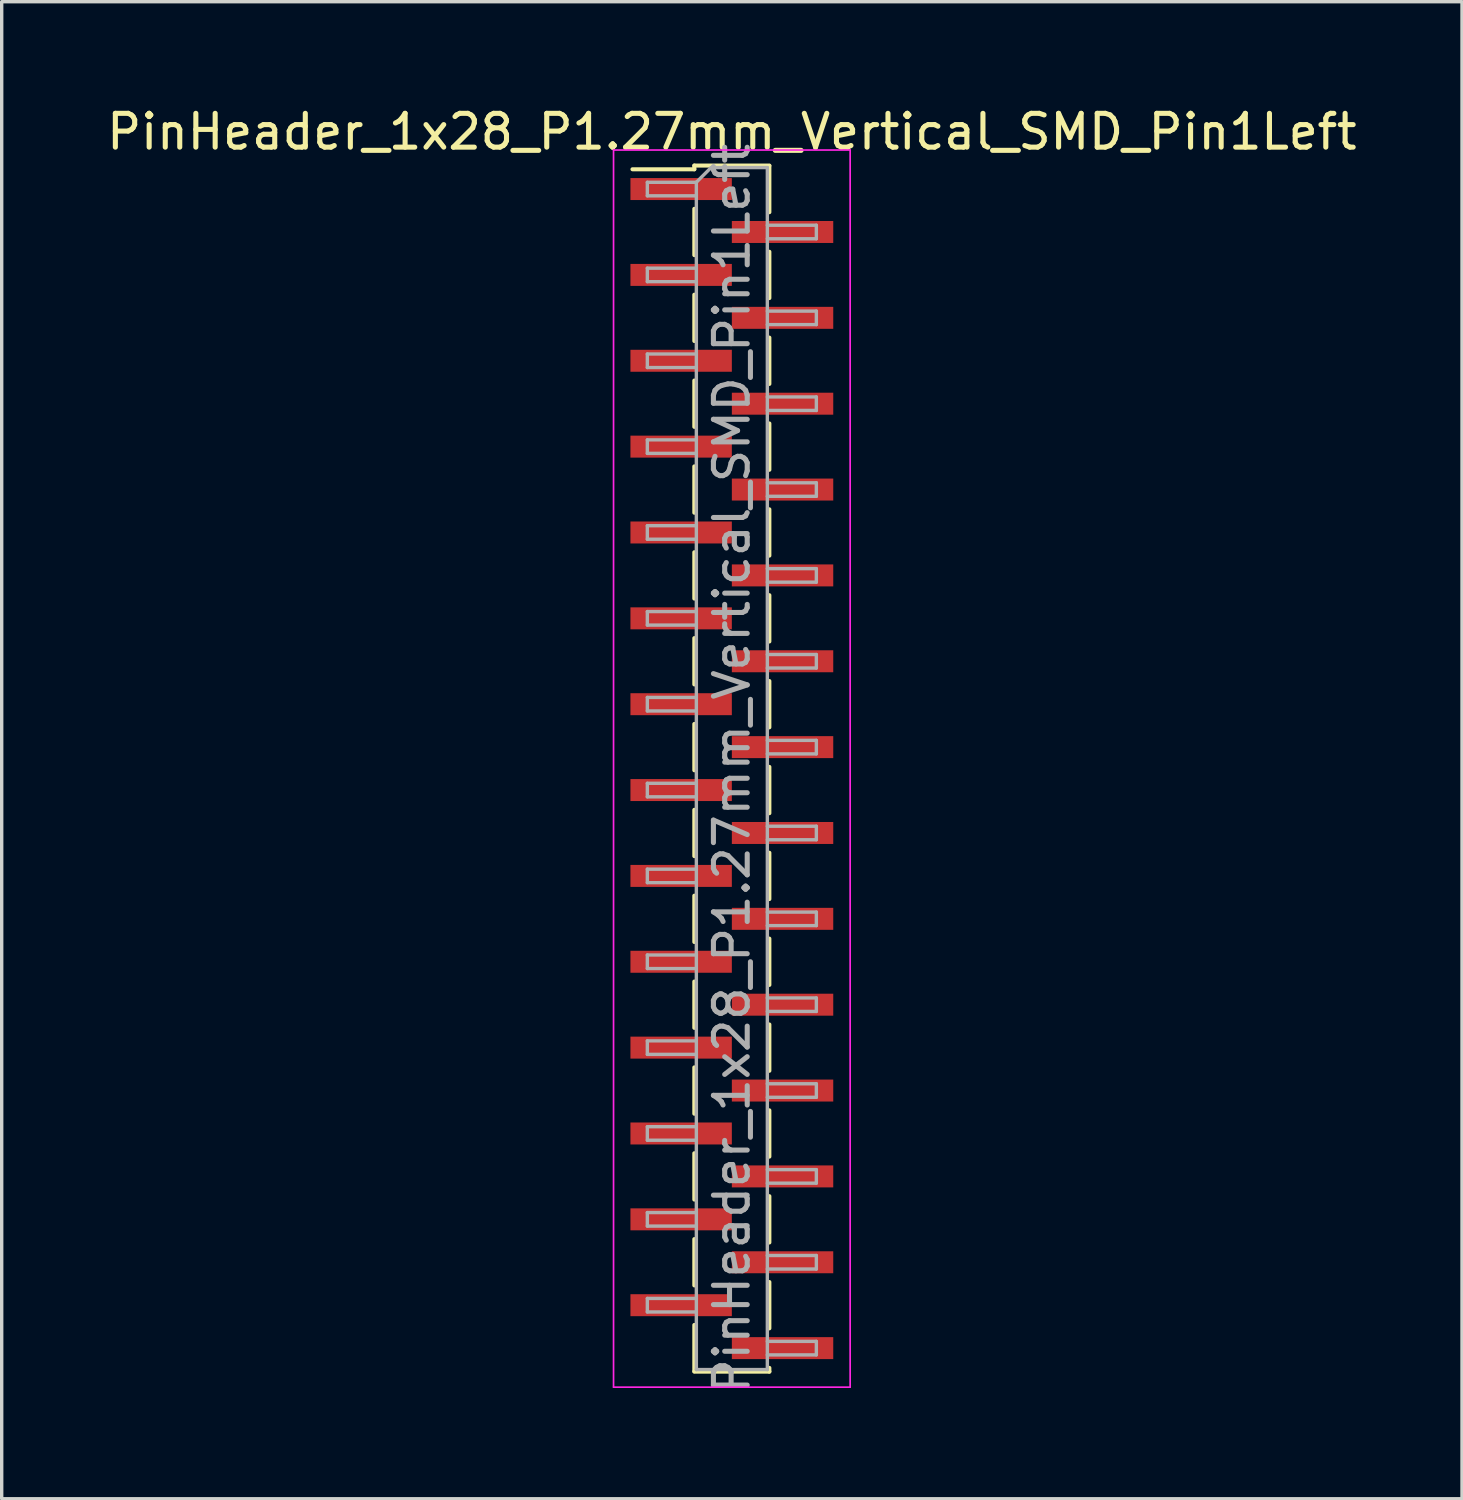
<source format=kicad_pcb>
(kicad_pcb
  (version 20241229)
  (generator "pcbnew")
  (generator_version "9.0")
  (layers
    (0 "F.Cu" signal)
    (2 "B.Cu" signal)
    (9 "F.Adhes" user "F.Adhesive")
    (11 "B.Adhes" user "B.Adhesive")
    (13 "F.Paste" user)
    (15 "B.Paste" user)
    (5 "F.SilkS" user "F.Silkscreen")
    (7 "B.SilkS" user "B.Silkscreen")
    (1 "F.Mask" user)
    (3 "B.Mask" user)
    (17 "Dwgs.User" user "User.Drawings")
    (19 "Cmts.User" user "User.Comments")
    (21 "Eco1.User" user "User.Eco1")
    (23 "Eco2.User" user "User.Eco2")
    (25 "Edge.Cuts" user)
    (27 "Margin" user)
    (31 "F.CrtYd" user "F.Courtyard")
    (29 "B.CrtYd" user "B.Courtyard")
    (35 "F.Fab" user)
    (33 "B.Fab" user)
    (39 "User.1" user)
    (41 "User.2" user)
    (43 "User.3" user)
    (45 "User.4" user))
  (footprint "PinHeader_1x28_P1.27mm_Vertical_SMD_Pin1Left"
    (layer "F.Cu")
    (at 18.601 19.688)
    (property "Reference" "PinHeader_1x28_P1.27mm_Vertical_SMD_Pin1Left" (at 0 -18.84 0) (layer "F.SilkS") (effects (font (size 1 1) (thickness 0.15))))
    (attr smd)
    (fp_line (start -1.11 -17.84) (end -1.11 -17.73) (stroke (width 0.12) (type solid)) (layer "F.SilkS"))
    (fp_line (start -1.11 -17.84) (end 1.11 -17.84) (stroke (width 0.12) (type solid)) (layer "F.SilkS"))
    (fp_line (start -1.11 -17.73) (end -2.94 -17.73) (stroke (width 0.12) (type solid)) (layer "F.SilkS"))
    (fp_line (start -1.11 -16.56) (end -1.11 -15.19) (stroke (width 0.12) (type solid)) (layer "F.SilkS"))
    (fp_line (start -1.11 -14.02) (end -1.11 -12.65) (stroke (width 0.12) (type solid)) (layer "F.SilkS"))
    (fp_line (start -1.11 -11.48) (end -1.11 -10.11) (stroke (width 0.12) (type solid)) (layer "F.SilkS"))
    (fp_line (start -1.11 -8.94) (end -1.11 -7.57) (stroke (width 0.12) (type solid)) (layer "F.SilkS"))
    (fp_line (start -1.11 -6.4) (end -1.11 -5.03) (stroke (width 0.12) (type solid)) (layer "F.SilkS"))
    (fp_line (start -1.11 -3.86) (end -1.11 -2.49) (stroke (width 0.12) (type solid)) (layer "F.SilkS"))
    (fp_line (start -1.11 -1.32) (end -1.11 0.05) (stroke (width 0.12) (type solid)) (layer "F.SilkS"))
    (fp_line (start -1.11 1.22) (end -1.11 2.59) (stroke (width 0.12) (type solid)) (layer "F.SilkS"))
    (fp_line (start -1.11 3.76) (end -1.11 5.13) (stroke (width 0.12) (type solid)) (layer "F.SilkS"))
    (fp_line (start -1.11 6.3) (end -1.11 7.67) (stroke (width 0.12) (type solid)) (layer "F.SilkS"))
    (fp_line (start -1.11 8.84) (end -1.11 10.21) (stroke (width 0.12) (type solid)) (layer "F.SilkS"))
    (fp_line (start -1.11 11.38) (end -1.11 12.75) (stroke (width 0.12) (type solid)) (layer "F.SilkS"))
    (fp_line (start -1.11 13.92) (end -1.11 15.29) (stroke (width 0.12) (type solid)) (layer "F.SilkS"))
    (fp_line (start -1.11 16.46) (end -1.11 17.83) (stroke (width 0.12) (type solid)) (layer "F.SilkS"))
    (fp_line (start -1.11 17.84) (end 1.11 17.84) (stroke (width 0.12) (type solid)) (layer "F.SilkS"))
    (fp_line (start 1.11 -17.83) (end 1.11 -16.46) (stroke (width 0.12) (type solid)) (layer "F.SilkS"))
    (fp_line (start 1.11 -15.29) (end 1.11 -13.92) (stroke (width 0.12) (type solid)) (layer "F.SilkS"))
    (fp_line (start 1.11 -12.75) (end 1.11 -11.38) (stroke (width 0.12) (type solid)) (layer "F.SilkS"))
    (fp_line (start 1.11 -10.21) (end 1.11 -8.84) (stroke (width 0.12) (type solid)) (layer "F.SilkS"))
    (fp_line (start 1.11 -7.67) (end 1.11 -6.3) (stroke (width 0.12) (type solid)) (layer "F.SilkS"))
    (fp_line (start 1.11 -5.13) (end 1.11 -3.76) (stroke (width 0.12) (type solid)) (layer "F.SilkS"))
    (fp_line (start 1.11 -2.59) (end 1.11 -1.22) (stroke (width 0.12) (type solid)) (layer "F.SilkS"))
    (fp_line (start 1.11 -0.05) (end 1.11 1.32) (stroke (width 0.12) (type solid)) (layer "F.SilkS"))
    (fp_line (start 1.11 2.49) (end 1.11 3.86) (stroke (width 0.12) (type solid)) (layer "F.SilkS"))
    (fp_line (start 1.11 5.03) (end 1.11 6.4) (stroke (width 0.12) (type solid)) (layer "F.SilkS"))
    (fp_line (start 1.11 7.57) (end 1.11 8.94) (stroke (width 0.12) (type solid)) (layer "F.SilkS"))
    (fp_line (start 1.11 10.11) (end 1.11 11.48) (stroke (width 0.12) (type solid)) (layer "F.SilkS"))
    (fp_line (start 1.11 12.65) (end 1.11 14.02) (stroke (width 0.12) (type solid)) (layer "F.SilkS"))
    (fp_line (start 1.11 15.19) (end 1.11 16.56) (stroke (width 0.12) (type solid)) (layer "F.SilkS"))
    (fp_line (start 1.11 17.73) (end 1.11 17.84) (stroke (width 0.12) (type solid)) (layer "F.SilkS"))
    (fp_line (start -3.5 -18.3) (end -3.5 18.3) (stroke (width 0.05) (type solid)) (layer "F.CrtYd"))
    (fp_line (start -3.5 18.3) (end 3.5 18.3) (stroke (width 0.05) (type solid)) (layer "F.CrtYd"))
    (fp_line (start 3.5 -18.3) (end -3.5 -18.3) (stroke (width 0.05) (type solid)) (layer "F.CrtYd"))
    (fp_line (start 3.5 18.3) (end 3.5 -18.3) (stroke (width 0.05) (type solid)) (layer "F.CrtYd"))
    (fp_line (start -2.5 -17.345) (end -2.5 -16.945) (stroke (width 0.1) (type solid)) (layer "F.Fab"))
    (fp_line (start -2.5 -16.945) (end -1.05 -16.945) (stroke (width 0.1) (type solid)) (layer "F.Fab"))
    (fp_line (start -2.5 -14.805) (end -2.5 -14.405) (stroke (width 0.1) (type solid)) (layer "F.Fab"))
    (fp_line (start -2.5 -14.405) (end -1.05 -14.405) (stroke (width 0.1) (type solid)) (layer "F.Fab"))
    (fp_line (start -2.5 -12.265) (end -2.5 -11.865) (stroke (width 0.1) (type solid)) (layer "F.Fab"))
    (fp_line (start -2.5 -11.865) (end -1.05 -11.865) (stroke (width 0.1) (type solid)) (layer "F.Fab"))
    (fp_line (start -2.5 -9.725) (end -2.5 -9.325) (stroke (width 0.1) (type solid)) (layer "F.Fab"))
    (fp_line (start -2.5 -9.325) (end -1.05 -9.325) (stroke (width 0.1) (type solid)) (layer "F.Fab"))
    (fp_line (start -2.5 -7.185) (end -2.5 -6.785) (stroke (width 0.1) (type solid)) (layer "F.Fab"))
    (fp_line (start -2.5 -6.785) (end -1.05 -6.785) (stroke (width 0.1) (type solid)) (layer "F.Fab"))
    (fp_line (start -2.5 -4.645) (end -2.5 -4.245) (stroke (width 0.1) (type solid)) (layer "F.Fab"))
    (fp_line (start -2.5 -4.245) (end -1.05 -4.245) (stroke (width 0.1) (type solid)) (layer "F.Fab"))
    (fp_line (start -2.5 -2.105) (end -2.5 -1.705) (stroke (width 0.1) (type solid)) (layer "F.Fab"))
    (fp_line (start -2.5 -1.705) (end -1.05 -1.705) (stroke (width 0.1) (type solid)) (layer "F.Fab"))
    (fp_line (start -2.5 0.435) (end -2.5 0.835) (stroke (width 0.1) (type solid)) (layer "F.Fab"))
    (fp_line (start -2.5 0.835) (end -1.05 0.835) (stroke (width 0.1) (type solid)) (layer "F.Fab"))
    (fp_line (start -2.5 2.975) (end -2.5 3.375) (stroke (width 0.1) (type solid)) (layer "F.Fab"))
    (fp_line (start -2.5 3.375) (end -1.05 3.375) (stroke (width 0.1) (type solid)) (layer "F.Fab"))
    (fp_line (start -2.5 5.515) (end -2.5 5.915) (stroke (width 0.1) (type solid)) (layer "F.Fab"))
    (fp_line (start -2.5 5.915) (end -1.05 5.915) (stroke (width 0.1) (type solid)) (layer "F.Fab"))
    (fp_line (start -2.5 8.055) (end -2.5 8.455) (stroke (width 0.1) (type solid)) (layer "F.Fab"))
    (fp_line (start -2.5 8.455) (end -1.05 8.455) (stroke (width 0.1) (type solid)) (layer "F.Fab"))
    (fp_line (start -2.5 10.595) (end -2.5 10.995) (stroke (width 0.1) (type solid)) (layer "F.Fab"))
    (fp_line (start -2.5 10.995) (end -1.05 10.995) (stroke (width 0.1) (type solid)) (layer "F.Fab"))
    (fp_line (start -2.5 13.135) (end -2.5 13.535) (stroke (width 0.1) (type solid)) (layer "F.Fab"))
    (fp_line (start -2.5 13.535) (end -1.05 13.535) (stroke (width 0.1) (type solid)) (layer "F.Fab"))
    (fp_line (start -2.5 15.675) (end -2.5 16.075) (stroke (width 0.1) (type solid)) (layer "F.Fab"))
    (fp_line (start -2.5 16.075) (end -1.05 16.075) (stroke (width 0.1) (type solid)) (layer "F.Fab"))
    (fp_line (start -1.05 -17.345) (end -2.5 -17.345) (stroke (width 0.1) (type solid)) (layer "F.Fab"))
    (fp_line (start -1.05 -17.345) (end -0.615 -17.78) (stroke (width 0.1) (type solid)) (layer "F.Fab"))
    (fp_line (start -1.05 -14.805) (end -2.5 -14.805) (stroke (width 0.1) (type solid)) (layer "F.Fab"))
    (fp_line (start -1.05 -12.265) (end -2.5 -12.265) (stroke (width 0.1) (type solid)) (layer "F.Fab"))
    (fp_line (start -1.05 -9.725) (end -2.5 -9.725) (stroke (width 0.1) (type solid)) (layer "F.Fab"))
    (fp_line (start -1.05 -7.185) (end -2.5 -7.185) (stroke (width 0.1) (type solid)) (layer "F.Fab"))
    (fp_line (start -1.05 -4.645) (end -2.5 -4.645) (stroke (width 0.1) (type solid)) (layer "F.Fab"))
    (fp_line (start -1.05 -2.105) (end -2.5 -2.105) (stroke (width 0.1) (type solid)) (layer "F.Fab"))
    (fp_line (start -1.05 0.435) (end -2.5 0.435) (stroke (width 0.1) (type solid)) (layer "F.Fab"))
    (fp_line (start -1.05 2.975) (end -2.5 2.975) (stroke (width 0.1) (type solid)) (layer "F.Fab"))
    (fp_line (start -1.05 5.515) (end -2.5 5.515) (stroke (width 0.1) (type solid)) (layer "F.Fab"))
    (fp_line (start -1.05 8.055) (end -2.5 8.055) (stroke (width 0.1) (type solid)) (layer "F.Fab"))
    (fp_line (start -1.05 10.595) (end -2.5 10.595) (stroke (width 0.1) (type solid)) (layer "F.Fab"))
    (fp_line (start -1.05 13.135) (end -2.5 13.135) (stroke (width 0.1) (type solid)) (layer "F.Fab"))
    (fp_line (start -1.05 15.675) (end -2.5 15.675) (stroke (width 0.1) (type solid)) (layer "F.Fab"))
    (fp_line (start -1.05 17.78) (end -1.05 -17.345) (stroke (width 0.1) (type solid)) (layer "F.Fab"))
    (fp_line (start -0.615 -17.78) (end 1.05 -17.78) (stroke (width 0.1) (type solid)) (layer "F.Fab"))
    (fp_line (start 1.05 -17.78) (end 1.05 17.78) (stroke (width 0.1) (type solid)) (layer "F.Fab"))
    (fp_line (start 1.05 -16.075) (end 2.5 -16.075) (stroke (width 0.1) (type solid)) (layer "F.Fab"))
    (fp_line (start 1.05 -13.535) (end 2.5 -13.535) (stroke (width 0.1) (type solid)) (layer "F.Fab"))
    (fp_line (start 1.05 -10.995) (end 2.5 -10.995) (stroke (width 0.1) (type solid)) (layer "F.Fab"))
    (fp_line (start 1.05 -8.455) (end 2.5 -8.455) (stroke (width 0.1) (type solid)) (layer "F.Fab"))
    (fp_line (start 1.05 -5.915) (end 2.5 -5.915) (stroke (width 0.1) (type solid)) (layer "F.Fab"))
    (fp_line (start 1.05 -3.375) (end 2.5 -3.375) (stroke (width 0.1) (type solid)) (layer "F.Fab"))
    (fp_line (start 1.05 -0.835) (end 2.5 -0.835) (stroke (width 0.1) (type solid)) (layer "F.Fab"))
    (fp_line (start 1.05 1.705) (end 2.5 1.705) (stroke (width 0.1) (type solid)) (layer "F.Fab"))
    (fp_line (start 1.05 4.245) (end 2.5 4.245) (stroke (width 0.1) (type solid)) (layer "F.Fab"))
    (fp_line (start 1.05 6.785) (end 2.5 6.785) (stroke (width 0.1) (type solid)) (layer "F.Fab"))
    (fp_line (start 1.05 9.325) (end 2.5 9.325) (stroke (width 0.1) (type solid)) (layer "F.Fab"))
    (fp_line (start 1.05 11.865) (end 2.5 11.865) (stroke (width 0.1) (type solid)) (layer "F.Fab"))
    (fp_line (start 1.05 14.405) (end 2.5 14.405) (stroke (width 0.1) (type solid)) (layer "F.Fab"))
    (fp_line (start 1.05 16.945) (end 2.5 16.945) (stroke (width 0.1) (type solid)) (layer "F.Fab"))
    (fp_line (start 1.05 17.78) (end -1.05 17.78) (stroke (width 0.1) (type solid)) (layer "F.Fab"))
    (fp_line (start 2.5 -16.075) (end 2.5 -15.675) (stroke (width 0.1) (type solid)) (layer "F.Fab"))
    (fp_line (start 2.5 -15.675) (end 1.05 -15.675) (stroke (width 0.1) (type solid)) (layer "F.Fab"))
    (fp_line (start 2.5 -13.535) (end 2.5 -13.135) (stroke (width 0.1) (type solid)) (layer "F.Fab"))
    (fp_line (start 2.5 -13.135) (end 1.05 -13.135) (stroke (width 0.1) (type solid)) (layer "F.Fab"))
    (fp_line (start 2.5 -10.995) (end 2.5 -10.595) (stroke (width 0.1) (type solid)) (layer "F.Fab"))
    (fp_line (start 2.5 -10.595) (end 1.05 -10.595) (stroke (width 0.1) (type solid)) (layer "F.Fab"))
    (fp_line (start 2.5 -8.455) (end 2.5 -8.055) (stroke (width 0.1) (type solid)) (layer "F.Fab"))
    (fp_line (start 2.5 -8.055) (end 1.05 -8.055) (stroke (width 0.1) (type solid)) (layer "F.Fab"))
    (fp_line (start 2.5 -5.915) (end 2.5 -5.515) (stroke (width 0.1) (type solid)) (layer "F.Fab"))
    (fp_line (start 2.5 -5.515) (end 1.05 -5.515) (stroke (width 0.1) (type solid)) (layer "F.Fab"))
    (fp_line (start 2.5 -3.375) (end 2.5 -2.975) (stroke (width 0.1) (type solid)) (layer "F.Fab"))
    (fp_line (start 2.5 -2.975) (end 1.05 -2.975) (stroke (width 0.1) (type solid)) (layer "F.Fab"))
    (fp_line (start 2.5 -0.835) (end 2.5 -0.435) (stroke (width 0.1) (type solid)) (layer "F.Fab"))
    (fp_line (start 2.5 -0.435) (end 1.05 -0.435) (stroke (width 0.1) (type solid)) (layer "F.Fab"))
    (fp_line (start 2.5 1.705) (end 2.5 2.105) (stroke (width 0.1) (type solid)) (layer "F.Fab"))
    (fp_line (start 2.5 2.105) (end 1.05 2.105) (stroke (width 0.1) (type solid)) (layer "F.Fab"))
    (fp_line (start 2.5 4.245) (end 2.5 4.645) (stroke (width 0.1) (type solid)) (layer "F.Fab"))
    (fp_line (start 2.5 4.645) (end 1.05 4.645) (stroke (width 0.1) (type solid)) (layer "F.Fab"))
    (fp_line (start 2.5 6.785) (end 2.5 7.185) (stroke (width 0.1) (type solid)) (layer "F.Fab"))
    (fp_line (start 2.5 7.185) (end 1.05 7.185) (stroke (width 0.1) (type solid)) (layer "F.Fab"))
    (fp_line (start 2.5 9.325) (end 2.5 9.725) (stroke (width 0.1) (type solid)) (layer "F.Fab"))
    (fp_line (start 2.5 9.725) (end 1.05 9.725) (stroke (width 0.1) (type solid)) (layer "F.Fab"))
    (fp_line (start 2.5 11.865) (end 2.5 12.265) (stroke (width 0.1) (type solid)) (layer "F.Fab"))
    (fp_line (start 2.5 12.265) (end 1.05 12.265) (stroke (width 0.1) (type solid)) (layer "F.Fab"))
    (fp_line (start 2.5 14.405) (end 2.5 14.805) (stroke (width 0.1) (type solid)) (layer "F.Fab"))
    (fp_line (start 2.5 14.805) (end 1.05 14.805) (stroke (width 0.1) (type solid)) (layer "F.Fab"))
    (fp_line (start 2.5 16.945) (end 2.5 17.345) (stroke (width 0.1) (type solid)) (layer "F.Fab"))
    (fp_line (start 2.5 17.345) (end 1.05 17.345) (stroke (width 0.1) (type solid)) (layer "F.Fab"))
    (fp_text user "${REFERENCE}" (at 0 0 90) (layer "F.Fab") (effects (font (size 1 1) (thickness 0.15))))
    (pad "1" smd rect (at -1.5 -17.145) (size 3 0.65) (layers "F.Cu" "F.Mask" "F.Paste"))
    (pad "2" smd rect (at 1.5 -15.875) (size 3 0.65) (layers "F.Cu" "F.Mask" "F.Paste"))
    (pad "3" smd rect (at -1.5 -14.605) (size 3 0.65) (layers "F.Cu" "F.Mask" "F.Paste"))
    (pad "4" smd rect (at 1.5 -13.335) (size 3 0.65) (layers "F.Cu" "F.Mask" "F.Paste"))
    (pad "5" smd rect (at -1.5 -12.065) (size 3 0.65) (layers "F.Cu" "F.Mask" "F.Paste"))
    (pad "6" smd rect (at 1.5 -10.795) (size 3 0.65) (layers "F.Cu" "F.Mask" "F.Paste"))
    (pad "7" smd rect (at -1.5 -9.525) (size 3 0.65) (layers "F.Cu" "F.Mask" "F.Paste"))
    (pad "8" smd rect (at 1.5 -8.255) (size 3 0.65) (layers "F.Cu" "F.Mask" "F.Paste"))
    (pad "9" smd rect (at -1.5 -6.985) (size 3 0.65) (layers "F.Cu" "F.Mask" "F.Paste"))
    (pad "10" smd rect (at 1.5 -5.715) (size 3 0.65) (layers "F.Cu" "F.Mask" "F.Paste"))
    (pad "11" smd rect (at -1.5 -4.445) (size 3 0.65) (layers "F.Cu" "F.Mask" "F.Paste"))
    (pad "12" smd rect (at 1.5 -3.175) (size 3 0.65) (layers "F.Cu" "F.Mask" "F.Paste"))
    (pad "13" smd rect (at -1.5 -1.905) (size 3 0.65) (layers "F.Cu" "F.Mask" "F.Paste"))
    (pad "14" smd rect (at 1.5 -0.635) (size 3 0.65) (layers "F.Cu" "F.Mask" "F.Paste"))
    (pad "15" smd rect (at -1.5 0.635) (size 3 0.65) (layers "F.Cu" "F.Mask" "F.Paste"))
    (pad "16" smd rect (at 1.5 1.905) (size 3 0.65) (layers "F.Cu" "F.Mask" "F.Paste"))
    (pad "17" smd rect (at -1.5 3.175) (size 3 0.65) (layers "F.Cu" "F.Mask" "F.Paste"))
    (pad "18" smd rect (at 1.5 4.445) (size 3 0.65) (layers "F.Cu" "F.Mask" "F.Paste"))
    (pad "19" smd rect (at -1.5 5.715) (size 3 0.65) (layers "F.Cu" "F.Mask" "F.Paste"))
    (pad "20" smd rect (at 1.5 6.985) (size 3 0.65) (layers "F.Cu" "F.Mask" "F.Paste"))
    (pad "21" smd rect (at -1.5 8.255) (size 3 0.65) (layers "F.Cu" "F.Mask" "F.Paste"))
    (pad "22" smd rect (at 1.5 9.525) (size 3 0.65) (layers "F.Cu" "F.Mask" "F.Paste"))
    (pad "23" smd rect (at -1.5 10.795) (size 3 0.65) (layers "F.Cu" "F.Mask" "F.Paste"))
    (pad "24" smd rect (at 1.5 12.065) (size 3 0.65) (layers "F.Cu" "F.Mask" "F.Paste"))
    (pad "25" smd rect (at -1.5 13.335) (size 3 0.65) (layers "F.Cu" "F.Mask" "F.Paste"))
    (pad "26" smd rect (at 1.5 14.605) (size 3 0.65) (layers "F.Cu" "F.Mask" "F.Paste"))
    (pad "27" smd rect (at -1.5 15.875) (size 3 0.65) (layers "F.Cu" "F.Mask" "F.Paste"))
    (pad "28" smd rect (at 1.5 17.145) (size 3 0.65) (layers "F.Cu" "F.Mask" "F.Paste")))
  (gr_rect
    (start -3 -3)
    (end 40.202 41.289)
    (stroke (width 0.1) (type default))
    (fill no)
    (layer "Edge.Cuts")))
</source>
